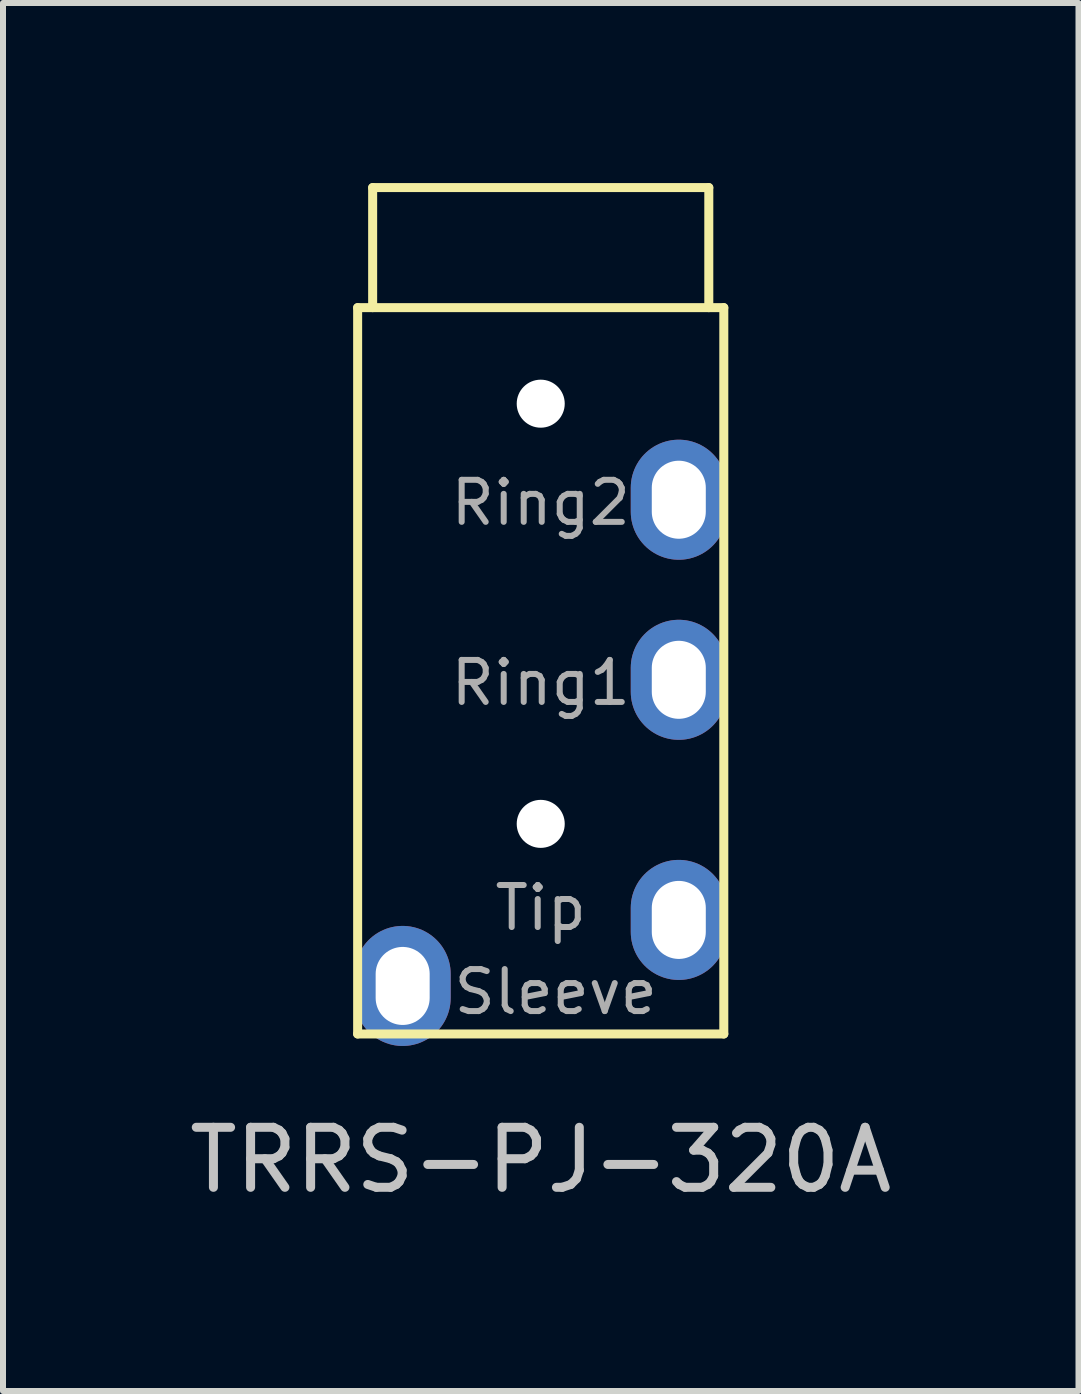
<source format=kicad_pcb>
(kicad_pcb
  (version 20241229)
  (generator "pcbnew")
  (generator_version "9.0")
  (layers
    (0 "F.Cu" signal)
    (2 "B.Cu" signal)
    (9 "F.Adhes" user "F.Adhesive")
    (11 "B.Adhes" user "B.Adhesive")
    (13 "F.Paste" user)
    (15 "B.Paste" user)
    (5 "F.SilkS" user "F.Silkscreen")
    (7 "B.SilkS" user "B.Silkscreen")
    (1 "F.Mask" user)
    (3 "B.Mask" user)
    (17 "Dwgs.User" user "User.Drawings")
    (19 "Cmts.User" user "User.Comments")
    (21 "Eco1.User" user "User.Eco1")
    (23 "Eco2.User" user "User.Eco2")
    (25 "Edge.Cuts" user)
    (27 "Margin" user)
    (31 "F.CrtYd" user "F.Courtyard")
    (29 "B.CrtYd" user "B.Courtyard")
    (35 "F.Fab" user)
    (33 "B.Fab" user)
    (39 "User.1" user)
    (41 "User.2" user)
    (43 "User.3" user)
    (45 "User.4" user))
  (footprint "TRRS-PJ-320A"
    (layer "F.Cu")
    (at 5.958 2.075)
    (property "Reference" "TRRS-PJ-320A" (at 0 14.2 0) (layer "Dwgs.User") (effects (font (size 1 1) (thickness 0.15))))
    (attr through_hole)
    (fp_line (start -3.05 0) (end -3.05 12.1) (stroke (width 0.15) (type solid)) (layer "F.SilkS"))
    (fp_line (start -2.8 0) (end -2.8 -2) (stroke (width 0.15) (type solid)) (layer "F.SilkS"))
    (fp_line (start 2.8 -2) (end -2.8 -2) (stroke (width 0.15) (type solid)) (layer "F.SilkS"))
    (fp_line (start 2.8 0) (end 2.8 -2) (stroke (width 0.15) (type solid)) (layer "F.SilkS"))
    (fp_line (start 3.05 0) (end -3.05 0) (stroke (width 0.15) (type solid)) (layer "F.SilkS"))
    (fp_line (start 3.05 0) (end 3.05 12.1) (stroke (width 0.15) (type solid)) (layer "F.SilkS"))
    (fp_line (start 3.05 12.1) (end -3.05 12.1) (stroke (width 0.15) (type solid)) (layer "F.SilkS"))
    (fp_text user "Ring1" (at 0 6.25 0) (layer "F.Fab") (effects (font (size 0.7 0.7) (thickness 0.1))))
    (fp_text user "Sleeve" (at 0.25 11.4 0) (layer "F.Fab") (effects (font (size 0.7 0.7) (thickness 0.1))))
    (fp_text user "Tip" (at 0 10 0) (layer "F.Fab") (effects (font (size 0.7 0.7) (thickness 0.1))))
    (fp_text user "Ring2" (at 0 3.25 0) (layer "F.Fab") (effects (font (size 0.7 0.7) (thickness 0.1))))
    (pad "" np_thru_hole circle (at 0 1.6) (size 0.8 0.8) (drill 0.8) (layers "*.Cu" "*.Mask"))
    (pad "" np_thru_hole circle (at 0 8.6) (size 0.8 0.8) (drill 0.8) (layers "*.Cu" "*.Mask"))
    (pad "R1" thru_hole oval (at 2.3 6.2) (size 1.6 2) (drill oval 0.9 1.3) (layers "*.Cu" "*.Mask"))
    (pad "R2" thru_hole oval (at 2.3 3.2) (size 1.6 2) (drill oval 0.9 1.3) (layers "*.Cu" "*.Mask"))
    (pad "S" thru_hole oval (at -2.3 11.3) (size 1.6 2) (drill oval 0.9 1.3) (layers "*.Cu" "*.Mask"))
    (pad "T" thru_hole oval (at 2.3 10.2) (size 1.6 2) (drill oval 0.9 1.3) (layers "*.Cu" "*.Mask")))
  (gr_rect
    (start -3 -3)
    (end 14.917 20.123)
    (stroke (width 0.1) (type default))
    (fill no)
    (layer "Edge.Cuts")))
</source>
